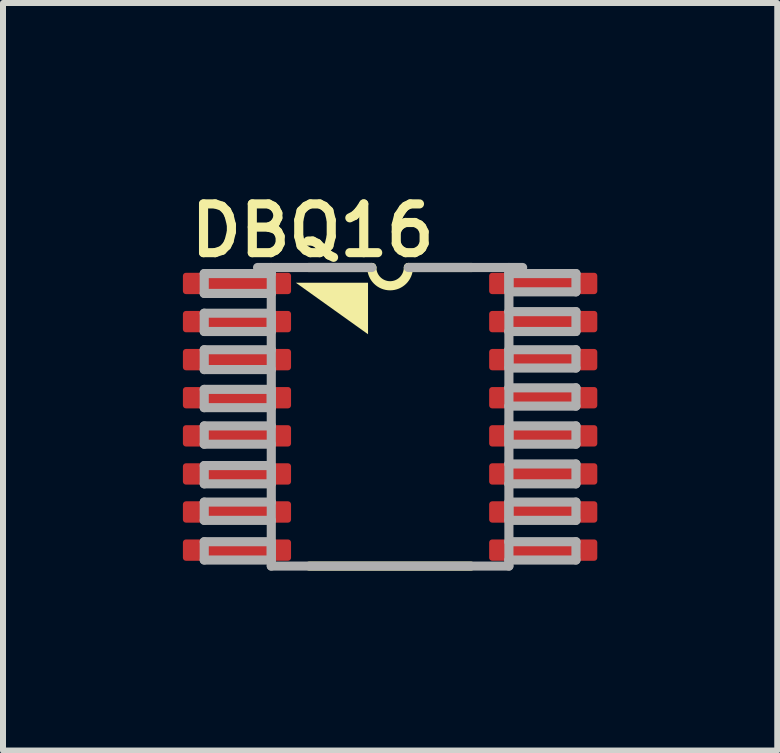
<source format=kicad_pcb>
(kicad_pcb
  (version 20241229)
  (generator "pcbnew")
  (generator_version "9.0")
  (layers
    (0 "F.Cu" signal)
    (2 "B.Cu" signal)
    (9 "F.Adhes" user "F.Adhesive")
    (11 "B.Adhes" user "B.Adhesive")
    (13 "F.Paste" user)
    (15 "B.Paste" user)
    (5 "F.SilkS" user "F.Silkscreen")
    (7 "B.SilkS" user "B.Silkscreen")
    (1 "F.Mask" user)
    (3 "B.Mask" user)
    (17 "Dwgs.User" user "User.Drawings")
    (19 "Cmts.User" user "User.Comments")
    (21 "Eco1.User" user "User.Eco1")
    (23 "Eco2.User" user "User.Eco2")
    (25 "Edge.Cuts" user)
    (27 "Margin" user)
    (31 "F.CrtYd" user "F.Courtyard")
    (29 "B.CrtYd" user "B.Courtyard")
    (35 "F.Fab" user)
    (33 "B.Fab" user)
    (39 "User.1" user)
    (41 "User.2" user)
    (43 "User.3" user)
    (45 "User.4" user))
  (footprint "DBQ16"
    (layer "F.Cu")
    (at 3.454 3.899)
    (property "Reference" "DBQ16" (at -3.404 -2.629 0) (layer "F.SilkS") (effects (font (size 0.813 0.813) (thickness 0.152) (bold yes)) (justify left bottom)))
    (attr smd)
    (fp_line (start -1.346 2.489) (end 1.346 2.489) (stroke (width 0.152) (type solid)) (layer "F.SilkS"))
    (fp_line (start -0.305 -2.489) (end -1.359 -2.489) (stroke (width 0.152) (type solid)) (layer "F.SilkS"))
    (fp_line (start 1.359 -2.489) (end 0.305 -2.489) (stroke (width 0.152) (type solid)) (layer "F.SilkS"))
    (fp_arc (start 0.3048 -2.4892) (mid 0 -2.1844) (end -0.3048 -2.4892) (stroke (width 0.1524) (type solid)) (layer "F.SilkS"))
    (fp_poly (pts (xy -0.368 -1.376) (xy -1.571 -2.235) (xy -0.368 -2.235)) (stroke (width 0) (type default)) (fill yes) (layer "F.SilkS"))
    (fp_line (start -3.099 -2.388) (end -3.099 -2.057) (stroke (width 0.152) (type solid)) (layer "F.Fab"))
    (fp_line (start -3.099 -2.057) (end -1.981 -2.057) (stroke (width 0.152) (type solid)) (layer "F.Fab"))
    (fp_line (start -3.099 -1.727) (end -3.099 -1.422) (stroke (width 0.152) (type solid)) (layer "F.Fab"))
    (fp_line (start -3.099 -1.422) (end -1.981 -1.422) (stroke (width 0.152) (type solid)) (layer "F.Fab"))
    (fp_line (start -3.099 -1.118) (end -3.099 -0.787) (stroke (width 0.152) (type solid)) (layer "F.Fab"))
    (fp_line (start -3.099 -0.787) (end -1.981 -0.787) (stroke (width 0.152) (type solid)) (layer "F.Fab"))
    (fp_line (start -3.099 -0.457) (end -3.099 -0.152) (stroke (width 0.152) (type solid)) (layer "F.Fab"))
    (fp_line (start -3.099 -0.152) (end -1.981 -0.152) (stroke (width 0.152) (type solid)) (layer "F.Fab"))
    (fp_line (start -3.099 0.152) (end -3.099 0.457) (stroke (width 0.152) (type solid)) (layer "F.Fab"))
    (fp_line (start -3.099 0.457) (end -1.981 0.457) (stroke (width 0.152) (type solid)) (layer "F.Fab"))
    (fp_line (start -3.099 0.813) (end -3.099 1.118) (stroke (width 0.152) (type solid)) (layer "F.Fab"))
    (fp_line (start -3.099 1.118) (end -1.981 1.118) (stroke (width 0.152) (type solid)) (layer "F.Fab"))
    (fp_line (start -3.099 1.422) (end -3.099 1.727) (stroke (width 0.152) (type solid)) (layer "F.Fab"))
    (fp_line (start -3.099 1.727) (end -1.981 1.727) (stroke (width 0.152) (type solid)) (layer "F.Fab"))
    (fp_line (start -3.099 2.083) (end -3.099 2.388) (stroke (width 0.152) (type solid)) (layer "F.Fab"))
    (fp_line (start -3.099 2.388) (end -1.981 2.388) (stroke (width 0.152) (type solid)) (layer "F.Fab"))
    (fp_line (start -1.981 -2.489) (end -1.981 -2.388) (stroke (width 0.152) (type solid)) (layer "F.Fab"))
    (fp_line (start -1.981 -2.388) (end -3.099 -2.388) (stroke (width 0.152) (type solid)) (layer "F.Fab"))
    (fp_line (start -1.981 -2.057) (end -1.981 -2.388) (stroke (width 0.152) (type solid)) (layer "F.Fab"))
    (fp_line (start -1.981 -2.057) (end -1.981 -1.118) (stroke (width 0.152) (type solid)) (layer "F.Fab"))
    (fp_line (start -1.981 -1.727) (end -3.099 -1.727) (stroke (width 0.152) (type solid)) (layer "F.Fab"))
    (fp_line (start -1.981 -1.422) (end -1.981 -1.727) (stroke (width 0.152) (type solid)) (layer "F.Fab"))
    (fp_line (start -1.981 -1.118) (end -3.099 -1.118) (stroke (width 0.152) (type solid)) (layer "F.Fab"))
    (fp_line (start -1.981 -0.787) (end -1.981 -1.118) (stroke (width 0.152) (type solid)) (layer "F.Fab"))
    (fp_line (start -1.981 -0.787) (end -1.981 0.152) (stroke (width 0.152) (type solid)) (layer "F.Fab"))
    (fp_line (start -1.981 -0.457) (end -3.099 -0.457) (stroke (width 0.152) (type solid)) (layer "F.Fab"))
    (fp_line (start -1.981 -0.152) (end -1.981 -0.457) (stroke (width 0.152) (type solid)) (layer "F.Fab"))
    (fp_line (start -1.981 0.152) (end -3.099 0.152) (stroke (width 0.152) (type solid)) (layer "F.Fab"))
    (fp_line (start -1.981 0.457) (end -1.981 0.152) (stroke (width 0.152) (type solid)) (layer "F.Fab"))
    (fp_line (start -1.981 0.457) (end -1.981 1.422) (stroke (width 0.152) (type solid)) (layer "F.Fab"))
    (fp_line (start -1.981 0.813) (end -3.099 0.813) (stroke (width 0.152) (type solid)) (layer "F.Fab"))
    (fp_line (start -1.981 1.118) (end -1.981 0.813) (stroke (width 0.152) (type solid)) (layer "F.Fab"))
    (fp_line (start -1.981 1.422) (end -3.099 1.422) (stroke (width 0.152) (type solid)) (layer "F.Fab"))
    (fp_line (start -1.981 1.727) (end -1.981 1.422) (stroke (width 0.152) (type solid)) (layer "F.Fab"))
    (fp_line (start -1.981 1.727) (end -1.981 2.489) (stroke (width 0.152) (type solid)) (layer "F.Fab"))
    (fp_line (start -1.981 2.083) (end -3.099 2.083) (stroke (width 0.152) (type solid)) (layer "F.Fab"))
    (fp_line (start -1.981 2.388) (end -1.981 2.083) (stroke (width 0.152) (type solid)) (layer "F.Fab"))
    (fp_line (start -1.981 2.489) (end 1.981 2.489) (stroke (width 0.152) (type solid)) (layer "F.Fab"))
    (fp_line (start -0.305 -2.489) (end -2.21 -2.489) (stroke (width 0.152) (type solid)) (layer "F.Fab"))
    (fp_line (start 1.981 -2.388) (end 1.981 -2.083) (stroke (width 0.152) (type solid)) (layer "F.Fab"))
    (fp_line (start 1.981 -2.083) (end 3.099 -2.083) (stroke (width 0.152) (type solid)) (layer "F.Fab"))
    (fp_line (start 1.981 -1.753) (end 1.981 -2.489) (stroke (width 0.152) (type solid)) (layer "F.Fab"))
    (fp_line (start 1.981 -1.753) (end 1.981 -1.422) (stroke (width 0.152) (type solid)) (layer "F.Fab"))
    (fp_line (start 1.981 -1.422) (end 3.099 -1.422) (stroke (width 0.152) (type solid)) (layer "F.Fab"))
    (fp_line (start 1.981 -1.118) (end 1.981 -0.813) (stroke (width 0.152) (type solid)) (layer "F.Fab"))
    (fp_line (start 1.981 -0.813) (end 3.099 -0.813) (stroke (width 0.152) (type solid)) (layer "F.Fab"))
    (fp_line (start 1.981 -0.483) (end 1.981 -1.422) (stroke (width 0.152) (type solid)) (layer "F.Fab"))
    (fp_line (start 1.981 -0.483) (end 1.981 -0.178) (stroke (width 0.152) (type solid)) (layer "F.Fab"))
    (fp_line (start 1.981 -0.178) (end 3.099 -0.178) (stroke (width 0.152) (type solid)) (layer "F.Fab"))
    (fp_line (start 1.981 0.152) (end 1.981 0.457) (stroke (width 0.152) (type solid)) (layer "F.Fab"))
    (fp_line (start 1.981 0.457) (end 3.099 0.457) (stroke (width 0.152) (type solid)) (layer "F.Fab"))
    (fp_line (start 1.981 0.787) (end 1.981 -0.178) (stroke (width 0.152) (type solid)) (layer "F.Fab"))
    (fp_line (start 1.981 0.787) (end 1.981 1.118) (stroke (width 0.152) (type solid)) (layer "F.Fab"))
    (fp_line (start 1.981 1.118) (end 3.099 1.118) (stroke (width 0.152) (type solid)) (layer "F.Fab"))
    (fp_line (start 1.981 1.422) (end 1.981 1.727) (stroke (width 0.152) (type solid)) (layer "F.Fab"))
    (fp_line (start 1.981 1.727) (end 3.099 1.727) (stroke (width 0.152) (type solid)) (layer "F.Fab"))
    (fp_line (start 1.981 2.083) (end 1.981 1.118) (stroke (width 0.152) (type solid)) (layer "F.Fab"))
    (fp_line (start 1.981 2.083) (end 1.981 2.388) (stroke (width 0.152) (type solid)) (layer "F.Fab"))
    (fp_line (start 1.981 2.388) (end 3.099 2.388) (stroke (width 0.152) (type solid)) (layer "F.Fab"))
    (fp_line (start 1.981 2.489) (end 1.981 2.388) (stroke (width 0.152) (type solid)) (layer "F.Fab"))
    (fp_line (start 2.21 -2.489) (end 0.305 -2.489) (stroke (width 0.152) (type solid)) (layer "F.Fab"))
    (fp_line (start 3.099 -2.388) (end 1.981 -2.388) (stroke (width 0.152) (type solid)) (layer "F.Fab"))
    (fp_line (start 3.099 -2.083) (end 3.099 -2.388) (stroke (width 0.152) (type solid)) (layer "F.Fab"))
    (fp_line (start 3.099 -1.753) (end 1.981 -1.753) (stroke (width 0.152) (type solid)) (layer "F.Fab"))
    (fp_line (start 3.099 -1.422) (end 3.099 -1.753) (stroke (width 0.152) (type solid)) (layer "F.Fab"))
    (fp_line (start 3.099 -1.118) (end 1.981 -1.118) (stroke (width 0.152) (type solid)) (layer "F.Fab"))
    (fp_line (start 3.099 -0.813) (end 3.099 -1.118) (stroke (width 0.152) (type solid)) (layer "F.Fab"))
    (fp_line (start 3.099 -0.483) (end 1.981 -0.483) (stroke (width 0.152) (type solid)) (layer "F.Fab"))
    (fp_line (start 3.099 -0.178) (end 3.099 -0.483) (stroke (width 0.152) (type solid)) (layer "F.Fab"))
    (fp_line (start 3.099 0.152) (end 1.981 0.152) (stroke (width 0.152) (type solid)) (layer "F.Fab"))
    (fp_line (start 3.099 0.457) (end 3.099 0.152) (stroke (width 0.152) (type solid)) (layer "F.Fab"))
    (fp_line (start 3.099 0.787) (end 1.981 0.787) (stroke (width 0.152) (type solid)) (layer "F.Fab"))
    (fp_line (start 3.099 1.118) (end 3.099 0.787) (stroke (width 0.152) (type solid)) (layer "F.Fab"))
    (fp_line (start 3.099 1.422) (end 1.981 1.422) (stroke (width 0.152) (type solid)) (layer "F.Fab"))
    (fp_line (start 3.099 1.727) (end 3.099 1.422) (stroke (width 0.152) (type solid)) (layer "F.Fab"))
    (fp_line (start 3.099 2.083) (end 1.981 2.083) (stroke (width 0.152) (type solid)) (layer "F.Fab"))
    (fp_line (start 3.099 2.388) (end 3.099 2.083) (stroke (width 0.152) (type solid)) (layer "F.Fab"))
    (pad "1" smd roundrect (at -2.553 -2.223) (size 1.803 0.356) (layers "F.Cu" "F.Mask" "F.Paste") (roundrect_rratio 0.143))
    (pad "2" smd roundrect (at -2.553 -1.587) (size 1.803 0.356) (layers "F.Cu" "F.Mask" "F.Paste") (roundrect_rratio 0.143))
    (pad "3" smd roundrect (at -2.553 -0.953) (size 1.803 0.356) (layers "F.Cu" "F.Mask" "F.Paste") (roundrect_rratio 0.143))
    (pad "4" smd roundrect (at -2.553 -0.318) (size 1.803 0.356) (layers "F.Cu" "F.Mask" "F.Paste") (roundrect_rratio 0.143))
    (pad "5" smd roundrect (at -2.553 0.318) (size 1.803 0.356) (layers "F.Cu" "F.Mask" "F.Paste") (roundrect_rratio 0.143))
    (pad "6" smd roundrect (at -2.553 0.953) (size 1.803 0.356) (layers "F.Cu" "F.Mask" "F.Paste") (roundrect_rratio 0.143))
    (pad "7" smd roundrect (at -2.553 1.587) (size 1.803 0.356) (layers "F.Cu" "F.Mask" "F.Paste") (roundrect_rratio 0.143))
    (pad "8" smd roundrect (at -2.553 2.223) (size 1.803 0.356) (layers "F.Cu" "F.Mask" "F.Paste") (roundrect_rratio 0.143))
    (pad "9" smd roundrect (at 2.553 2.223) (size 1.803 0.356) (layers "F.Cu" "F.Mask" "F.Paste") (roundrect_rratio 0.143))
    (pad "10" smd roundrect (at 2.553 1.587) (size 1.803 0.356) (layers "F.Cu" "F.Mask" "F.Paste") (roundrect_rratio 0.143))
    (pad "11" smd roundrect (at 2.553 0.953) (size 1.803 0.356) (layers "F.Cu" "F.Mask" "F.Paste") (roundrect_rratio 0.143))
    (pad "12" smd roundrect (at 2.553 0.318) (size 1.803 0.356) (layers "F.Cu" "F.Mask" "F.Paste") (roundrect_rratio 0.143))
    (pad "13" smd roundrect (at 2.553 -0.318) (size 1.803 0.356) (layers "F.Cu" "F.Mask" "F.Paste") (roundrect_rratio 0.143))
    (pad "14" smd roundrect (at 2.553 -0.953) (size 1.803 0.356) (layers "F.Cu" "F.Mask" "F.Paste") (roundrect_rratio 0.143))
    (pad "15" smd roundrect (at 2.553 -1.587) (size 1.803 0.356) (layers "F.Cu" "F.Mask" "F.Paste") (roundrect_rratio 0.143))
    (pad "16" smd roundrect (at 2.553 -2.223) (size 1.803 0.356) (layers "F.Cu" "F.Mask" "F.Paste") (roundrect_rratio 0.143)))
  (gr_rect
    (start -3 -3)
    (end 9.909 9.464)
    (stroke (width 0.1) (type default))
    (fill no)
    (layer "Edge.Cuts")))
</source>
